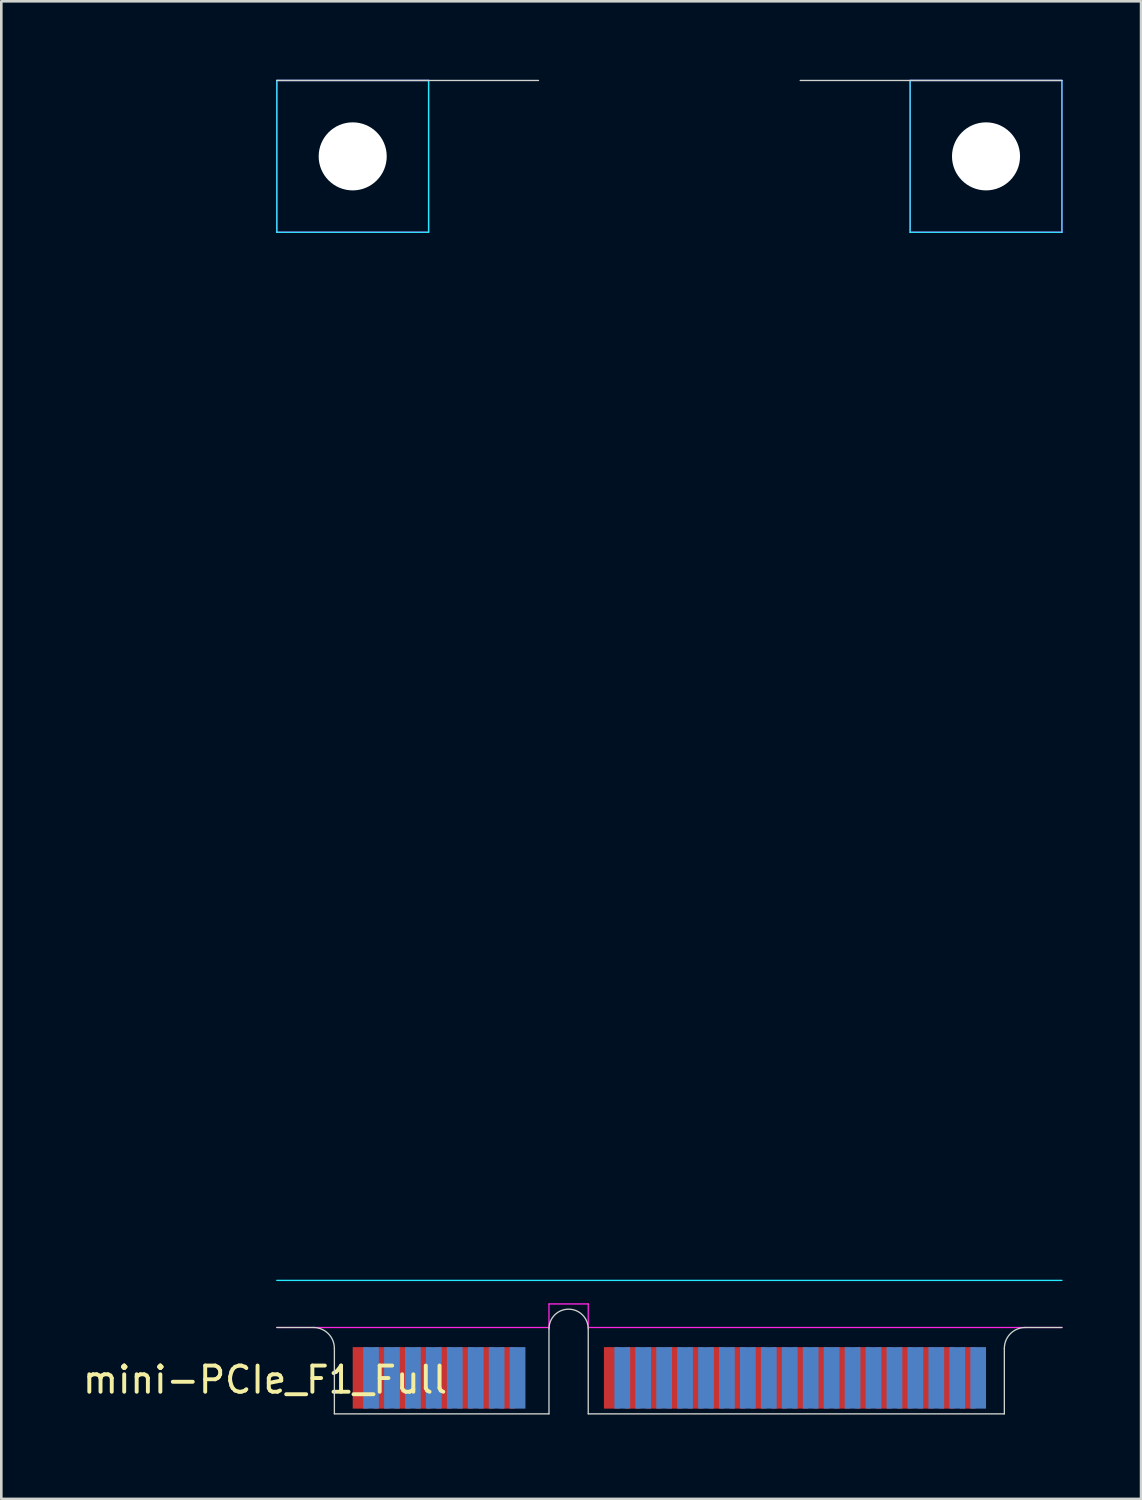
<source format=kicad_pcb>
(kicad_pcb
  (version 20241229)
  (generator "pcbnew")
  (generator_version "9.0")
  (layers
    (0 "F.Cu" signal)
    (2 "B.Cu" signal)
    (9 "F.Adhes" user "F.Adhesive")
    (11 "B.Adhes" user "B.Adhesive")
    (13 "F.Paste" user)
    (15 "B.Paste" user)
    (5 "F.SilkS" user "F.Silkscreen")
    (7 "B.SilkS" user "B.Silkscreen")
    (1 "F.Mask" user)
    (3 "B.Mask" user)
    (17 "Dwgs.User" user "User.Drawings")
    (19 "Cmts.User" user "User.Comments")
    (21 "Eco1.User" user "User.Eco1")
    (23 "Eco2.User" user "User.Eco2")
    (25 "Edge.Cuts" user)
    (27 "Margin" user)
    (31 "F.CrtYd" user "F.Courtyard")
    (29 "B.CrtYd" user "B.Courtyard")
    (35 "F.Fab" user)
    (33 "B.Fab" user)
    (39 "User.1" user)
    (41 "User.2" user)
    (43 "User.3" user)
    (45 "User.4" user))
  (footprint "mini-PCIe_F1_Full"
    (layer "F.Cu")
    (at 18.677 50.975)
    (property "Reference" "mini-PCIe_F1_Full" (at -11.6 -1.3 0) (layer "F.SilkS") (effects (font (size 1 1) (thickness 0.15))))
    (attr through_hole)
    (fp_line (start -11.15 -50.95) (end -1.15 -50.95) (stroke (width 0.05) (type solid)) (layer "Edge.Cuts"))
    (fp_line (start -11.15 -3.3) (end -9.75 -3.3) (stroke (width 0.05) (type solid)) (layer "Edge.Cuts"))
    (fp_line (start -8.95 0) (end -8.95 -2.5) (stroke (width 0.05) (type solid)) (layer "Edge.Cuts"))
    (fp_line (start -0.75 0) (end -8.95 0) (stroke (width 0.05) (type solid)) (layer "Edge.Cuts"))
    (fp_line (start -0.75 0) (end -0.75 -3.25) (stroke (width 0.05) (type solid)) (layer "Edge.Cuts"))
    (fp_line (start 0.75 0) (end 0.75 -3.25) (stroke (width 0.05) (type solid)) (layer "Edge.Cuts"))
    (fp_line (start 0.75 0) (end 16.65 0) (stroke (width 0.05) (type solid)) (layer "Edge.Cuts"))
    (fp_line (start 8.85 -50.95) (end 18.85 -50.95) (stroke (width 0.05) (type solid)) (layer "Edge.Cuts"))
    (fp_line (start 16.65 0) (end 16.65 -2.5) (stroke (width 0.05) (type solid)) (layer "Edge.Cuts"))
    (fp_line (start 17.45 -3.3) (end 18.85 -3.3) (stroke (width 0.05) (type solid)) (layer "Edge.Cuts"))
    (fp_arc (start -9.75 -3.3) (mid -9.184315 -3.065685) (end -8.95 -2.5) (stroke (width 0.05) (type solid)) (layer "Edge.Cuts"))
    (fp_arc (start -0.75 -3.25) (mid 0 -4) (end 0.75 -3.25) (stroke (width 0.05) (type solid)) (layer "Edge.Cuts"))
    (fp_arc (start 16.65 -2.5) (mid 16.884315 -3.065685) (end 17.45 -3.3) (stroke (width 0.05) (type solid)) (layer "Edge.Cuts"))
    (fp_line (start -11.15 -50.95) (end -5.35 -50.95) (stroke (width 0.05) (type solid)) (layer "B.CrtYd"))
    (fp_line (start -11.15 -45.15) (end -11.15 -50.95) (stroke (width 0.05) (type solid)) (layer "B.CrtYd"))
    (fp_line (start -11.15 -45.15) (end -5.35 -45.15) (stroke (width 0.05) (type solid)) (layer "B.CrtYd"))
    (fp_line (start -11.15 -5.1) (end 18.85 -5.1) (stroke (width 0.05) (type solid)) (layer "B.CrtYd"))
    (fp_line (start -5.35 -45.15) (end -5.35 -50.95) (stroke (width 0.05) (type solid)) (layer "B.CrtYd"))
    (fp_line (start 13.05 -50.95) (end 18.85 -50.95) (stroke (width 0.05) (type solid)) (layer "B.CrtYd"))
    (fp_line (start 13.05 -45.15) (end 13.05 -50.95) (stroke (width 0.05) (type solid)) (layer "B.CrtYd"))
    (fp_line (start 13.05 -45.15) (end 18.85 -45.15) (stroke (width 0.05) (type solid)) (layer "B.CrtYd"))
    (fp_line (start 18.85 -45.15) (end 18.85 -50.95) (stroke (width 0.05) (type solid)) (layer "B.CrtYd"))
    (fp_line (start -11.15 -50.95) (end -5.35 -50.95) (stroke (width 0.05) (type solid)) (layer "F.CrtYd"))
    (fp_line (start -11.15 -45.15) (end -11.15 -50.95) (stroke (width 0.05) (type solid)) (layer "F.CrtYd"))
    (fp_line (start -11.15 -45.15) (end -5.35 -45.15) (stroke (width 0.05) (type solid)) (layer "F.CrtYd"))
    (fp_line (start -11.15 -3.3) (end -0.75 -3.3) (stroke (width 0.05) (type solid)) (layer "F.CrtYd"))
    (fp_line (start -5.35 -45.15) (end -5.35 -50.95) (stroke (width 0.05) (type solid)) (layer "F.CrtYd"))
    (fp_line (start -0.75 -4.2) (end 0.75 -4.2) (stroke (width 0.05) (type solid)) (layer "F.CrtYd"))
    (fp_line (start -0.75 -3.3) (end -0.75 -4.2) (stroke (width 0.05) (type solid)) (layer "F.CrtYd"))
    (fp_line (start 0.75 -3.3) (end 0.75 -4.2) (stroke (width 0.05) (type solid)) (layer "F.CrtYd"))
    (fp_line (start 0.75 -3.3) (end 18.85 -3.3) (stroke (width 0.05) (type solid)) (layer "F.CrtYd"))
    (fp_line (start 13.05 -50.95) (end 18.85 -50.95) (stroke (width 0.05) (type solid)) (layer "F.CrtYd"))
    (fp_line (start 13.05 -45.15) (end 13.05 -50.95) (stroke (width 0.05) (type solid)) (layer "F.CrtYd"))
    (fp_line (start 13.05 -45.15) (end 18.85 -45.15) (stroke (width 0.05) (type solid)) (layer "F.CrtYd"))
    (fp_line (start 18.85 -45.15) (end 18.85 -50.95) (stroke (width 0.05) (type solid)) (layer "F.CrtYd"))
    (pad "" np_thru_hole circle (at -8.25 -48.05) (size 2.6 2.6) (drill 2.6) (layers "*.Cu"))
    (pad "" np_thru_hole circle (at 15.95 -48.05) (size 2.6 2.6) (drill 2.6) (layers "*.Cu"))
    (pad "1" smd rect (at -7.95 -1.375) (size 0.6 2.35) (layers "F.Cu" "F.Mask"))
    (pad "2" smd rect (at -7.55 -1.375) (size 0.6 2.35) (layers "B.Cu" "B.Mask"))
    (pad "3" smd rect (at -7.15 -1.375) (size 0.6 2.35) (layers "F.Cu" "F.Mask"))
    (pad "4" smd rect (at -6.75 -1.375) (size 0.6 2.35) (layers "B.Cu" "B.Mask"))
    (pad "5" smd rect (at -6.35 -1.375) (size 0.6 2.35) (layers "F.Cu" "F.Mask"))
    (pad "6" smd rect (at -5.95 -1.375) (size 0.6 2.35) (layers "B.Cu" "B.Mask"))
    (pad "7" smd rect (at -5.55 -1.375) (size 0.6 2.35) (layers "F.Cu" "F.Mask"))
    (pad "8" smd rect (at -5.15 -1.375) (size 0.6 2.35) (layers "B.Cu" "B.Mask"))
    (pad "9" smd rect (at -4.75 -1.375) (size 0.6 2.35) (layers "F.Cu" "F.Mask"))
    (pad "10" smd rect (at -4.35 -1.375) (size 0.6 2.35) (layers "B.Cu" "B.Mask"))
    (pad "11" smd rect (at -3.95 -1.375) (size 0.6 2.35) (layers "F.Cu" "F.Mask"))
    (pad "12" smd rect (at -3.55 -1.375) (size 0.6 2.35) (layers "B.Cu" "B.Mask"))
    (pad "13" smd rect (at -3.15 -1.375) (size 0.6 2.35) (layers "F.Cu" "F.Mask"))
    (pad "14" smd rect (at -2.75 -1.375) (size 0.6 2.35) (layers "B.Cu" "B.Mask"))
    (pad "15" smd rect (at -2.35 -1.375) (size 0.6 2.35) (layers "F.Cu" "F.Mask"))
    (pad "16" smd rect (at -1.95 -1.375) (size 0.6 2.35) (layers "B.Cu" "B.Mask"))
    (pad "17" smd rect (at 1.65 -1.375) (size 0.6 2.35) (layers "F.Cu" "F.Mask"))
    (pad "18" smd rect (at 2.05 -1.375) (size 0.6 2.35) (layers "B.Cu" "B.Mask"))
    (pad "19" smd rect (at 2.45 -1.375) (size 0.6 2.35) (layers "F.Cu" "F.Mask"))
    (pad "20" smd rect (at 2.85 -1.375) (size 0.6 2.35) (layers "B.Cu" "B.Mask"))
    (pad "21" smd rect (at 3.25 -1.375) (size 0.6 2.35) (layers "F.Cu" "F.Mask"))
    (pad "22" smd rect (at 3.65 -1.375) (size 0.6 2.35) (layers "B.Cu" "B.Mask"))
    (pad "23" smd rect (at 4.05 -1.375) (size 0.6 2.35) (layers "F.Cu" "F.Mask"))
    (pad "24" smd rect (at 4.45 -1.375) (size 0.6 2.35) (layers "B.Cu" "B.Mask"))
    (pad "25" smd rect (at 4.85 -1.375) (size 0.6 2.35) (layers "F.Cu" "F.Mask"))
    (pad "26" smd rect (at 5.25 -1.375) (size 0.6 2.35) (layers "B.Cu" "B.Mask"))
    (pad "27" smd rect (at 5.65 -1.375) (size 0.6 2.35) (layers "F.Cu" "F.Mask"))
    (pad "28" smd rect (at 6.05 -1.375) (size 0.6 2.35) (layers "B.Cu" "B.Mask"))
    (pad "29" smd rect (at 6.45 -1.375) (size 0.6 2.35) (layers "F.Cu" "F.Mask"))
    (pad "30" smd rect (at 6.85 -1.375) (size 0.6 2.35) (layers "B.Cu" "B.Mask"))
    (pad "31" smd rect (at 7.25 -1.375) (size 0.6 2.35) (layers "F.Cu" "F.Mask"))
    (pad "32" smd rect (at 7.65 -1.375) (size 0.6 2.35) (layers "B.Cu" "B.Mask"))
    (pad "33" smd rect (at 8.05 -1.375) (size 0.6 2.35) (layers "F.Cu" "F.Mask"))
    (pad "34" smd rect (at 8.45 -1.375) (size 0.6 2.35) (layers "B.Cu" "B.Mask"))
    (pad "35" smd rect (at 8.85 -1.375) (size 0.6 2.35) (layers "F.Cu" "F.Mask"))
    (pad "36" smd rect (at 9.25 -1.375) (size 0.6 2.35) (layers "B.Cu" "B.Mask"))
    (pad "37" smd rect (at 9.65 -1.375) (size 0.6 2.35) (layers "F.Cu" "F.Mask"))
    (pad "38" smd rect (at 10.05 -1.375) (size 0.6 2.35) (layers "B.Cu" "B.Mask"))
    (pad "39" smd rect (at 10.45 -1.375) (size 0.6 2.35) (layers "F.Cu" "F.Mask"))
    (pad "40" smd rect (at 10.85 -1.375) (size 0.6 2.35) (layers "B.Cu" "B.Mask"))
    (pad "41" smd rect (at 11.25 -1.375) (size 0.6 2.35) (layers "F.Cu" "F.Mask"))
    (pad "42" smd rect (at 11.65 -1.375) (size 0.6 2.35) (layers "B.Cu" "B.Mask"))
    (pad "43" smd rect (at 12.05 -1.375) (size 0.6 2.35) (layers "F.Cu" "F.Mask"))
    (pad "44" smd rect (at 12.45 -1.375) (size 0.6 2.35) (layers "B.Cu" "B.Mask"))
    (pad "45" smd rect (at 12.85 -1.375) (size 0.6 2.35) (layers "F.Cu" "F.Mask"))
    (pad "46" smd rect (at 13.25 -1.375) (size 0.6 2.35) (layers "B.Cu" "B.Mask"))
    (pad "47" smd rect (at 13.65 -1.375) (size 0.6 2.35) (layers "F.Cu" "F.Mask"))
    (pad "48" smd rect (at 14.05 -1.375) (size 0.6 2.35) (layers "B.Cu" "B.Mask"))
    (pad "49" smd rect (at 14.45 -1.375) (size 0.6 2.35) (layers "F.Cu" "F.Mask"))
    (pad "50" smd rect (at 14.85 -1.375) (size 0.6 2.35) (layers "B.Cu" "B.Mask"))
    (pad "51" smd rect (at 15.25 -1.375) (size 0.6 2.35) (layers "F.Cu" "F.Mask"))
    (pad "52" smd rect (at 15.65 -1.375) (size 0.6 2.35) (layers "B.Cu" "B.Mask")))
  (gr_rect
    (start -3 -3)
    (end 40.552 54.225)
    (stroke (width 0.1) (type default))
    (fill no)
    (layer "Edge.Cuts")))
</source>
